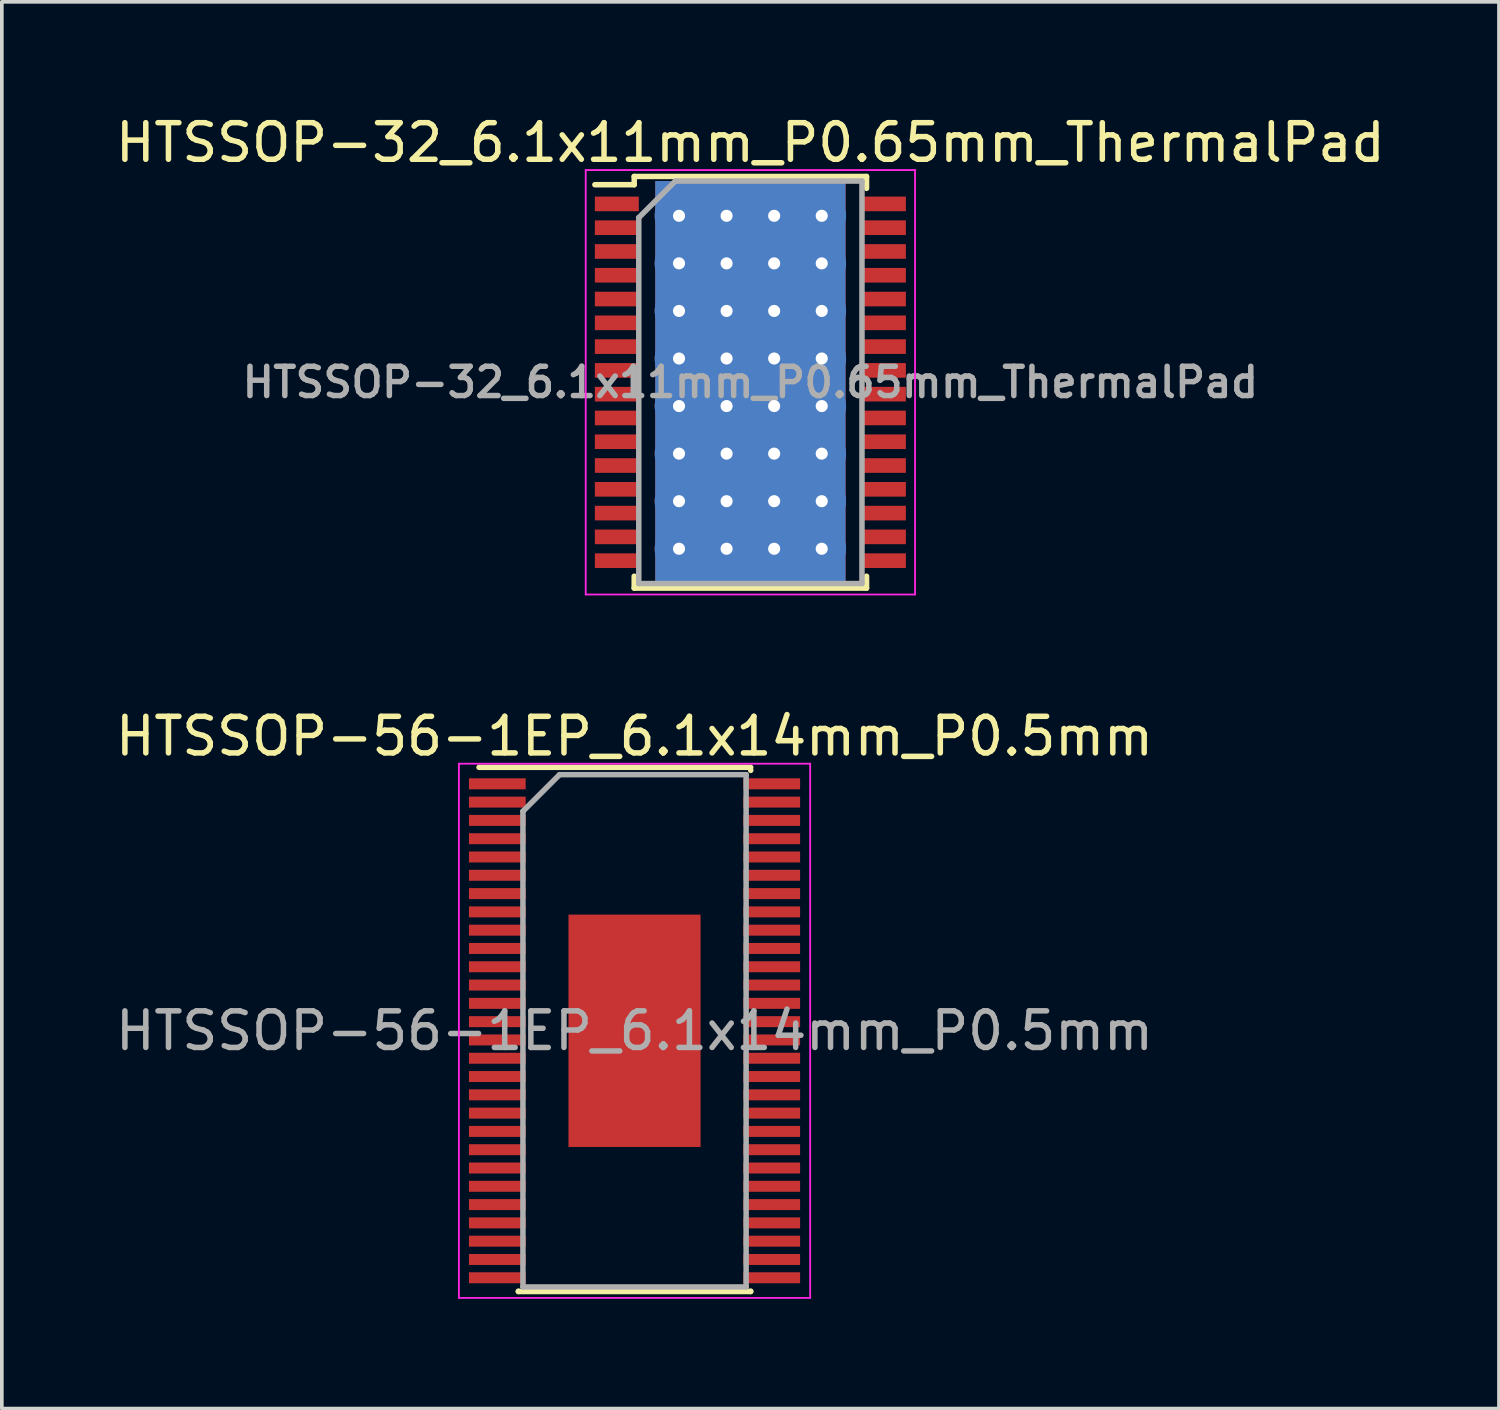
<source format=kicad_pcb>
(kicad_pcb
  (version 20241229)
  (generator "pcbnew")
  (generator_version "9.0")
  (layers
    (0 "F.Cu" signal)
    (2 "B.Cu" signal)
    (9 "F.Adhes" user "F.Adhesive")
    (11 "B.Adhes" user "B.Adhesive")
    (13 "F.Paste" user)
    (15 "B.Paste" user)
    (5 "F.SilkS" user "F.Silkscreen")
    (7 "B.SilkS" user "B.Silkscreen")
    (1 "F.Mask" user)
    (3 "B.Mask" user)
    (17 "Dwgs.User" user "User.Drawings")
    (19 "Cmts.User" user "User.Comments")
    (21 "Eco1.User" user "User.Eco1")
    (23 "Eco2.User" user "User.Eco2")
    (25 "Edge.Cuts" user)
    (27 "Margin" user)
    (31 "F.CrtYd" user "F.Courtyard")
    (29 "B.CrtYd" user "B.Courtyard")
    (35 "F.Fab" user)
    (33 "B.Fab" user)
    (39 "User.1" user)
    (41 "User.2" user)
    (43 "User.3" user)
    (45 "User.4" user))
  (footprint "HTSSOP-32_6.1x11mm_P0.65mm_ThermalPad"
    (layer "F.Cu")
    (at 17.458 7.398)
    (property "Reference" "HTSSOP-32_6.1x11mm_P0.65mm_ThermalPad" (at 0 -6.55 0) (layer "F.SilkS") (effects (font (size 1 1) (thickness 0.15))))
    (attr smd)
    (fp_line (start -4.25 -5.4) (end -3.175 -5.4) (stroke (width 0.15) (type solid)) (layer "F.SilkS"))
    (fp_line (start -3.175 -5.625) (end 3.175 -5.625) (stroke (width 0.15) (type solid)) (layer "F.SilkS"))
    (fp_line (start -3.175 -5.4) (end -3.175 -5.625) (stroke (width 0.15) (type solid)) (layer "F.SilkS"))
    (fp_line (start -3.175 5.3) (end -3.175 5.625) (stroke (width 0.15) (type solid)) (layer "F.SilkS"))
    (fp_line (start -3.175 5.625) (end 3.175 5.625) (stroke (width 0.15) (type solid)) (layer "F.SilkS"))
    (fp_line (start 3.175 -5.625) (end 3.175 -5.3) (stroke (width 0.15) (type solid)) (layer "F.SilkS"))
    (fp_line (start 3.175 5.625) (end 3.175 5.3) (stroke (width 0.15) (type solid)) (layer "F.SilkS"))
    (fp_line (start -4.5 -5.8) (end -4.5 5.8) (stroke (width 0.05) (type solid)) (layer "F.CrtYd"))
    (fp_line (start -4.5 5.8) (end 4.5 5.8) (stroke (width 0.05) (type solid)) (layer "F.CrtYd"))
    (fp_line (start 4.5 -5.8) (end -4.5 -5.8) (stroke (width 0.05) (type solid)) (layer "F.CrtYd"))
    (fp_line (start 4.5 5.8) (end 4.5 -5.8) (stroke (width 0.05) (type solid)) (layer "F.CrtYd"))
    (fp_line (start -3.05 -4.5) (end -2.05 -5.5) (stroke (width 0.15) (type solid)) (layer "F.Fab"))
    (fp_line (start -3.05 5.5) (end -3.05 -4.5) (stroke (width 0.15) (type solid)) (layer "F.Fab"))
    (fp_line (start -2.05 -5.5) (end 3.05 -5.5) (stroke (width 0.15) (type solid)) (layer "F.Fab"))
    (fp_line (start 3.05 -5.5) (end 3.05 5.5) (stroke (width 0.15) (type solid)) (layer "F.Fab"))
    (fp_line (start 3.05 5.5) (end -3.05 5.5) (stroke (width 0.15) (type solid)) (layer "F.Fab"))
    (fp_text user "${REFERENCE}" (at 0 0 0) (layer "F.Fab") (effects (font (size 0.8 0.8) (thickness 0.15))))
    (pad "1" smd rect (at -3.65 -4.875) (size 1.2 0.4) (layers "F.Cu" "F.Mask" "F.Paste"))
    (pad "2" smd rect (at -3.65 -4.225) (size 1.2 0.4) (layers "F.Cu" "F.Mask" "F.Paste"))
    (pad "3" smd rect (at -3.65 -3.575) (size 1.2 0.4) (layers "F.Cu" "F.Mask" "F.Paste"))
    (pad "4" smd rect (at -3.65 -2.925) (size 1.2 0.4) (layers "F.Cu" "F.Mask" "F.Paste"))
    (pad "5" smd rect (at -3.65 -2.275) (size 1.2 0.4) (layers "F.Cu" "F.Mask" "F.Paste"))
    (pad "6" smd rect (at -3.65 -1.625) (size 1.2 0.4) (layers "F.Cu" "F.Mask" "F.Paste"))
    (pad "7" smd rect (at -3.65 -0.975) (size 1.2 0.4) (layers "F.Cu" "F.Mask" "F.Paste"))
    (pad "8" smd rect (at -3.65 -0.325) (size 1.2 0.4) (layers "F.Cu" "F.Mask" "F.Paste"))
    (pad "9" smd rect (at -3.65 0.325) (size 1.2 0.4) (layers "F.Cu" "F.Mask" "F.Paste"))
    (pad "10" smd rect (at -3.65 0.975) (size 1.2 0.4) (layers "F.Cu" "F.Mask" "F.Paste"))
    (pad "11" smd rect (at -3.65 1.625) (size 1.2 0.4) (layers "F.Cu" "F.Mask" "F.Paste"))
    (pad "12" smd rect (at -3.65 2.275) (size 1.2 0.4) (layers "F.Cu" "F.Mask" "F.Paste"))
    (pad "13" smd rect (at -3.65 2.925) (size 1.2 0.4) (layers "F.Cu" "F.Mask" "F.Paste"))
    (pad "14" smd rect (at -3.65 3.575) (size 1.2 0.4) (layers "F.Cu" "F.Mask" "F.Paste"))
    (pad "15" smd rect (at -3.65 4.225) (size 1.2 0.4) (layers "F.Cu" "F.Mask" "F.Paste"))
    (pad "16" smd rect (at -3.65 4.875) (size 1.2 0.4) (layers "F.Cu" "F.Mask" "F.Paste"))
    (pad "17" smd rect (at 3.65 4.875) (size 1.2 0.4) (layers "F.Cu" "F.Mask" "F.Paste"))
    (pad "18" smd rect (at 3.65 4.225) (size 1.2 0.4) (layers "F.Cu" "F.Mask" "F.Paste"))
    (pad "19" smd rect (at 3.65 3.575) (size 1.2 0.4) (layers "F.Cu" "F.Mask" "F.Paste"))
    (pad "20" smd rect (at 3.65 2.925) (size 1.2 0.4) (layers "F.Cu" "F.Mask" "F.Paste"))
    (pad "21" smd rect (at 3.65 2.275) (size 1.2 0.4) (layers "F.Cu" "F.Mask" "F.Paste"))
    (pad "22" smd rect (at 3.65 1.625) (size 1.2 0.4) (layers "F.Cu" "F.Mask" "F.Paste"))
    (pad "23" smd rect (at 3.65 0.975) (size 1.2 0.4) (layers "F.Cu" "F.Mask" "F.Paste"))
    (pad "24" smd rect (at 3.65 0.325) (size 1.2 0.4) (layers "F.Cu" "F.Mask" "F.Paste"))
    (pad "25" smd rect (at 3.65 -0.325) (size 1.2 0.4) (layers "F.Cu" "F.Mask" "F.Paste"))
    (pad "26" smd rect (at 3.65 -0.975) (size 1.2 0.4) (layers "F.Cu" "F.Mask" "F.Paste"))
    (pad "27" smd rect (at 3.65 -1.625) (size 1.2 0.4) (layers "F.Cu" "F.Mask" "F.Paste"))
    (pad "28" smd rect (at 3.65 -2.275) (size 1.2 0.4) (layers "F.Cu" "F.Mask" "F.Paste"))
    (pad "29" smd rect (at 3.65 -2.925) (size 1.2 0.4) (layers "F.Cu" "F.Mask" "F.Paste"))
    (pad "30" smd rect (at 3.65 -3.575) (size 1.2 0.4) (layers "F.Cu" "F.Mask" "F.Paste"))
    (pad "31" smd rect (at 3.65 -4.225) (size 1.2 0.4) (layers "F.Cu" "F.Mask" "F.Paste"))
    (pad "32" smd rect (at 3.65 -4.875) (size 1.2 0.4) (layers "F.Cu" "F.Mask" "F.Paste"))
    (pad "33" thru_hole circle (at -1.95 -4.55) (size 1.33 1.33) (drill 0.33) (layers "*.Cu"))
    (pad "33" thru_hole circle (at -1.95 -3.25) (size 1.33 1.33) (drill 0.33) (layers "*.Cu"))
    (pad "33" thru_hole circle (at -1.95 -1.95) (size 1.33 1.33) (drill 0.33) (layers "*.Cu"))
    (pad "33" thru_hole circle (at -1.95 -0.65) (size 1.33 1.33) (drill 0.33) (layers "*.Cu"))
    (pad "33" thru_hole circle (at -1.95 0.65) (size 1.33 1.33) (drill 0.33) (layers "*.Cu"))
    (pad "33" thru_hole circle (at -1.95 1.95) (size 1.33 1.33) (drill 0.33) (layers "*.Cu"))
    (pad "33" thru_hole circle (at -1.95 3.25) (size 1.33 1.33) (drill 0.33) (layers "*.Cu"))
    (pad "33" thru_hole circle (at -1.95 4.55) (size 1.33 1.33) (drill 0.33) (layers "*.Cu"))
    (pad "33" thru_hole circle (at -0.65 -4.55) (size 1.33 1.33) (drill 0.33) (layers "*.Cu"))
    (pad "33" thru_hole circle (at -0.65 -3.25) (size 1.33 1.33) (drill 0.33) (layers "*.Cu"))
    (pad "33" thru_hole circle (at -0.65 -1.95) (size 1.33 1.33) (drill 0.33) (layers "*.Cu"))
    (pad "33" thru_hole circle (at -0.65 -0.65) (size 1.33 1.33) (drill 0.33) (layers "*.Cu"))
    (pad "33" thru_hole circle (at -0.65 0.65) (size 1.33 1.33) (drill 0.33) (layers "*.Cu"))
    (pad "33" thru_hole circle (at -0.65 1.95) (size 1.33 1.33) (drill 0.33) (layers "*.Cu"))
    (pad "33" thru_hole circle (at -0.65 3.25) (size 1.33 1.33) (drill 0.33) (layers "*.Cu"))
    (pad "33" thru_hole circle (at -0.65 4.55) (size 1.33 1.33) (drill 0.33) (layers "*.Cu"))
    (pad "33" smd rect (at 0 0) (size 4.11 4.36) (layers "F.Cu" "F.Mask" "F.Paste"))
    (pad "33" smd rect (at 0 0) (size 5.2 11) (layers "*.Cu"))
    (pad "33" thru_hole circle (at 0.65 -4.55) (size 1.33 1.33) (drill 0.33) (layers "*.Cu"))
    (pad "33" thru_hole circle (at 0.65 -3.25) (size 1.33 1.33) (drill 0.33) (layers "*.Cu"))
    (pad "33" thru_hole circle (at 0.65 -1.95) (size 1.33 1.33) (drill 0.33) (layers "*.Cu"))
    (pad "33" thru_hole circle (at 0.65 -0.65) (size 1.33 1.33) (drill 0.33) (layers "*.Cu"))
    (pad "33" thru_hole circle (at 0.65 0.65) (size 1.33 1.33) (drill 0.33) (layers "*.Cu"))
    (pad "33" thru_hole circle (at 0.65 1.95) (size 1.33 1.33) (drill 0.33) (layers "*.Cu"))
    (pad "33" thru_hole circle (at 0.65 3.25) (size 1.33 1.33) (drill 0.33) (layers "*.Cu"))
    (pad "33" thru_hole circle (at 0.65 4.55) (size 1.33 1.33) (drill 0.33) (layers "*.Cu"))
    (pad "33" thru_hole circle (at 1.95 -4.55) (size 1.33 1.33) (drill 0.33) (layers "*.Cu"))
    (pad "33" thru_hole circle (at 1.95 -3.25) (size 1.33 1.33) (drill 0.33) (layers "*.Cu"))
    (pad "33" thru_hole circle (at 1.95 -1.95) (size 1.33 1.33) (drill 0.33) (layers "*.Cu"))
    (pad "33" thru_hole circle (at 1.95 -0.65) (size 1.33 1.33) (drill 0.33) (layers "*.Cu"))
    (pad "33" thru_hole circle (at 1.95 0.65) (size 1.33 1.33) (drill 0.33) (layers "*.Cu"))
    (pad "33" thru_hole circle (at 1.95 1.95) (size 1.33 1.33) (drill 0.33) (layers "*.Cu"))
    (pad "33" thru_hole circle (at 1.95 3.25) (size 1.33 1.33) (drill 0.33) (layers "*.Cu"))
    (pad "33" thru_hole circle (at 1.95 4.55) (size 1.33 1.33) (drill 0.33) (layers "*.Cu")))
  (footprint "HTSSOP-56-1EP_6.1x14mm_P0.5mm"
    (layer "F.Cu")
    (at 14.292 25.122)
    (property "Reference" "HTSSOP-56-1EP_6.1x14mm_P0.5mm" (at 0 -8.05 0) (layer "F.SilkS") (effects (font (size 1 1) (thickness 0.15))))
    (attr smd)
    (fp_line (start -4.25 -7.2) (end 3.175 -7.2) (stroke (width 0.15) (type solid)) (layer "F.SilkS"))
    (fp_line (start -3.175 7.125) (end -3.175 7.117) (stroke (width 0.15) (type solid)) (layer "F.SilkS"))
    (fp_line (start -3.175 7.125) (end 3.175 7.125) (stroke (width 0.15) (type solid)) (layer "F.SilkS"))
    (fp_line (start 3.175 -7.125) (end 3.175 -7.117) (stroke (width 0.15) (type solid)) (layer "F.SilkS"))
    (fp_line (start 3.175 7.125) (end 3.175 7.117) (stroke (width 0.15) (type solid)) (layer "F.SilkS"))
    (fp_line (start -4.8 -7.3) (end -4.8 7.3) (stroke (width 0.05) (type solid)) (layer "F.CrtYd"))
    (fp_line (start -4.8 -7.3) (end 4.8 -7.3) (stroke (width 0.05) (type solid)) (layer "F.CrtYd"))
    (fp_line (start -4.8 7.3) (end 4.8 7.3) (stroke (width 0.05) (type solid)) (layer "F.CrtYd"))
    (fp_line (start 4.8 -7.3) (end 4.8 7.3) (stroke (width 0.05) (type solid)) (layer "F.CrtYd"))
    (fp_line (start -3.05 -6) (end -2.05 -7) (stroke (width 0.15) (type solid)) (layer "F.Fab"))
    (fp_line (start -3.05 7) (end -3.05 -6) (stroke (width 0.15) (type solid)) (layer "F.Fab"))
    (fp_line (start -2.05 -7) (end 3.05 -7) (stroke (width 0.15) (type solid)) (layer "F.Fab"))
    (fp_line (start 3.05 -7) (end 3.05 7) (stroke (width 0.15) (type solid)) (layer "F.Fab"))
    (fp_line (start 3.05 7) (end -3.05 7) (stroke (width 0.15) (type solid)) (layer "F.Fab"))
    (fp_text user "${REFERENCE}" (at 0 0 0) (layer "F.Fab") (effects (font (size 1 1) (thickness 0.15))))
    (pad "1" smd rect (at -3.75 -6.75) (size 1.55 0.3) (layers "F.Cu" "F.Mask" "F.Paste"))
    (pad "2" smd rect (at -3.75 -6.25) (size 1.55 0.3) (layers "F.Cu" "F.Mask" "F.Paste"))
    (pad "3" smd rect (at -3.75 -5.75) (size 1.55 0.3) (layers "F.Cu" "F.Mask" "F.Paste"))
    (pad "4" smd rect (at -3.75 -5.25) (size 1.55 0.3) (layers "F.Cu" "F.Mask" "F.Paste"))
    (pad "5" smd rect (at -3.75 -4.75) (size 1.55 0.3) (layers "F.Cu" "F.Mask" "F.Paste"))
    (pad "6" smd rect (at -3.75 -4.25) (size 1.55 0.3) (layers "F.Cu" "F.Mask" "F.Paste"))
    (pad "7" smd rect (at -3.75 -3.75) (size 1.55 0.3) (layers "F.Cu" "F.Mask" "F.Paste"))
    (pad "8" smd rect (at -3.75 -3.25) (size 1.55 0.3) (layers "F.Cu" "F.Mask" "F.Paste"))
    (pad "9" smd rect (at -3.75 -2.75) (size 1.55 0.3) (layers "F.Cu" "F.Mask" "F.Paste"))
    (pad "10" smd rect (at -3.75 -2.25) (size 1.55 0.3) (layers "F.Cu" "F.Mask" "F.Paste"))
    (pad "11" smd rect (at -3.75 -1.75) (size 1.55 0.3) (layers "F.Cu" "F.Mask" "F.Paste"))
    (pad "12" smd rect (at -3.75 -1.25) (size 1.55 0.3) (layers "F.Cu" "F.Mask" "F.Paste"))
    (pad "13" smd rect (at -3.75 -0.75) (size 1.55 0.3) (layers "F.Cu" "F.Mask" "F.Paste"))
    (pad "14" smd rect (at -3.75 -0.25) (size 1.55 0.3) (layers "F.Cu" "F.Mask" "F.Paste"))
    (pad "15" smd rect (at -3.75 0.25) (size 1.55 0.3) (layers "F.Cu" "F.Mask" "F.Paste"))
    (pad "16" smd rect (at -3.75 0.75) (size 1.55 0.3) (layers "F.Cu" "F.Mask" "F.Paste"))
    (pad "17" smd rect (at -3.75 1.25) (size 1.55 0.3) (layers "F.Cu" "F.Mask" "F.Paste"))
    (pad "18" smd rect (at -3.75 1.75) (size 1.55 0.3) (layers "F.Cu" "F.Mask" "F.Paste"))
    (pad "19" smd rect (at -3.75 2.25) (size 1.55 0.3) (layers "F.Cu" "F.Mask" "F.Paste"))
    (pad "20" smd rect (at -3.75 2.75) (size 1.55 0.3) (layers "F.Cu" "F.Mask" "F.Paste"))
    (pad "21" smd rect (at -3.75 3.25) (size 1.55 0.3) (layers "F.Cu" "F.Mask" "F.Paste"))
    (pad "22" smd rect (at -3.75 3.75) (size 1.55 0.3) (layers "F.Cu" "F.Mask" "F.Paste"))
    (pad "23" smd rect (at -3.75 4.25) (size 1.55 0.3) (layers "F.Cu" "F.Mask" "F.Paste"))
    (pad "24" smd rect (at -3.75 4.75) (size 1.55 0.3) (layers "F.Cu" "F.Mask" "F.Paste"))
    (pad "25" smd rect (at -3.75 5.25) (size 1.55 0.3) (layers "F.Cu" "F.Mask" "F.Paste"))
    (pad "26" smd rect (at -3.75 5.75) (size 1.55 0.3) (layers "F.Cu" "F.Mask" "F.Paste"))
    (pad "27" smd rect (at -3.75 6.25) (size 1.55 0.3) (layers "F.Cu" "F.Mask" "F.Paste"))
    (pad "28" smd rect (at -3.75 6.75) (size 1.55 0.3) (layers "F.Cu" "F.Mask" "F.Paste"))
    (pad "29" smd rect (at 3.75 6.75) (size 1.55 0.3) (layers "F.Cu" "F.Mask" "F.Paste"))
    (pad "30" smd rect (at 3.75 6.25) (size 1.55 0.3) (layers "F.Cu" "F.Mask" "F.Paste"))
    (pad "31" smd rect (at 3.75 5.75) (size 1.55 0.3) (layers "F.Cu" "F.Mask" "F.Paste"))
    (pad "32" smd rect (at 3.75 5.25) (size 1.55 0.3) (layers "F.Cu" "F.Mask" "F.Paste"))
    (pad "33" smd rect (at 3.75 4.75) (size 1.55 0.3) (layers "F.Cu" "F.Mask" "F.Paste"))
    (pad "34" smd rect (at 3.75 4.25) (size 1.55 0.3) (layers "F.Cu" "F.Mask" "F.Paste"))
    (pad "35" smd rect (at 3.75 3.75) (size 1.55 0.3) (layers "F.Cu" "F.Mask" "F.Paste"))
    (pad "36" smd rect (at 3.75 3.25) (size 1.55 0.3) (layers "F.Cu" "F.Mask" "F.Paste"))
    (pad "37" smd rect (at 3.75 2.75) (size 1.55 0.3) (layers "F.Cu" "F.Mask" "F.Paste"))
    (pad "38" smd rect (at 3.75 2.25) (size 1.55 0.3) (layers "F.Cu" "F.Mask" "F.Paste"))
    (pad "39" smd rect (at 3.75 1.75) (size 1.55 0.3) (layers "F.Cu" "F.Mask" "F.Paste"))
    (pad "40" smd rect (at 3.75 1.25) (size 1.55 0.3) (layers "F.Cu" "F.Mask" "F.Paste"))
    (pad "41" smd rect (at 3.75 0.75) (size 1.55 0.3) (layers "F.Cu" "F.Mask" "F.Paste"))
    (pad "42" smd rect (at 3.75 0.25) (size 1.55 0.3) (layers "F.Cu" "F.Mask" "F.Paste"))
    (pad "43" smd rect (at 3.75 -0.25) (size 1.55 0.3) (layers "F.Cu" "F.Mask" "F.Paste"))
    (pad "44" smd rect (at 3.75 -0.75) (size 1.55 0.3) (layers "F.Cu" "F.Mask" "F.Paste"))
    (pad "45" smd rect (at 3.75 -1.25) (size 1.55 0.3) (layers "F.Cu" "F.Mask" "F.Paste"))
    (pad "46" smd rect (at 3.75 -1.75) (size 1.55 0.3) (layers "F.Cu" "F.Mask" "F.Paste"))
    (pad "47" smd rect (at 3.75 -2.25) (size 1.55 0.3) (layers "F.Cu" "F.Mask" "F.Paste"))
    (pad "48" smd rect (at 3.75 -2.75) (size 1.55 0.3) (layers "F.Cu" "F.Mask" "F.Paste"))
    (pad "49" smd rect (at 3.75 -3.25) (size 1.55 0.3) (layers "F.Cu" "F.Mask" "F.Paste"))
    (pad "50" smd rect (at 3.75 -3.75) (size 1.55 0.3) (layers "F.Cu" "F.Mask" "F.Paste"))
    (pad "51" smd rect (at 3.75 -4.25) (size 1.55 0.3) (layers "F.Cu" "F.Mask" "F.Paste"))
    (pad "52" smd rect (at 3.75 -4.75) (size 1.55 0.3) (layers "F.Cu" "F.Mask" "F.Paste"))
    (pad "53" smd rect (at 3.75 -5.25) (size 1.55 0.3) (layers "F.Cu" "F.Mask" "F.Paste"))
    (pad "54" smd rect (at 3.75 -5.75) (size 1.55 0.3) (layers "F.Cu" "F.Mask" "F.Paste"))
    (pad "55" smd rect (at 3.75 -6.25) (size 1.55 0.3) (layers "F.Cu" "F.Mask" "F.Paste"))
    (pad "56" smd rect (at 3.75 -6.75) (size 1.55 0.3) (layers "F.Cu" "F.Mask" "F.Paste"))
    (pad "57" smd rect (at 0 0) (size 3.61 6.35) (layers "F.Cu" "F.Mask" "F.Paste")))
  (gr_rect
    (start -3 -3)
    (end 37.917 35.447)
    (stroke (width 0.1) (type default))
    (fill no)
    (layer "Edge.Cuts")))
</source>
